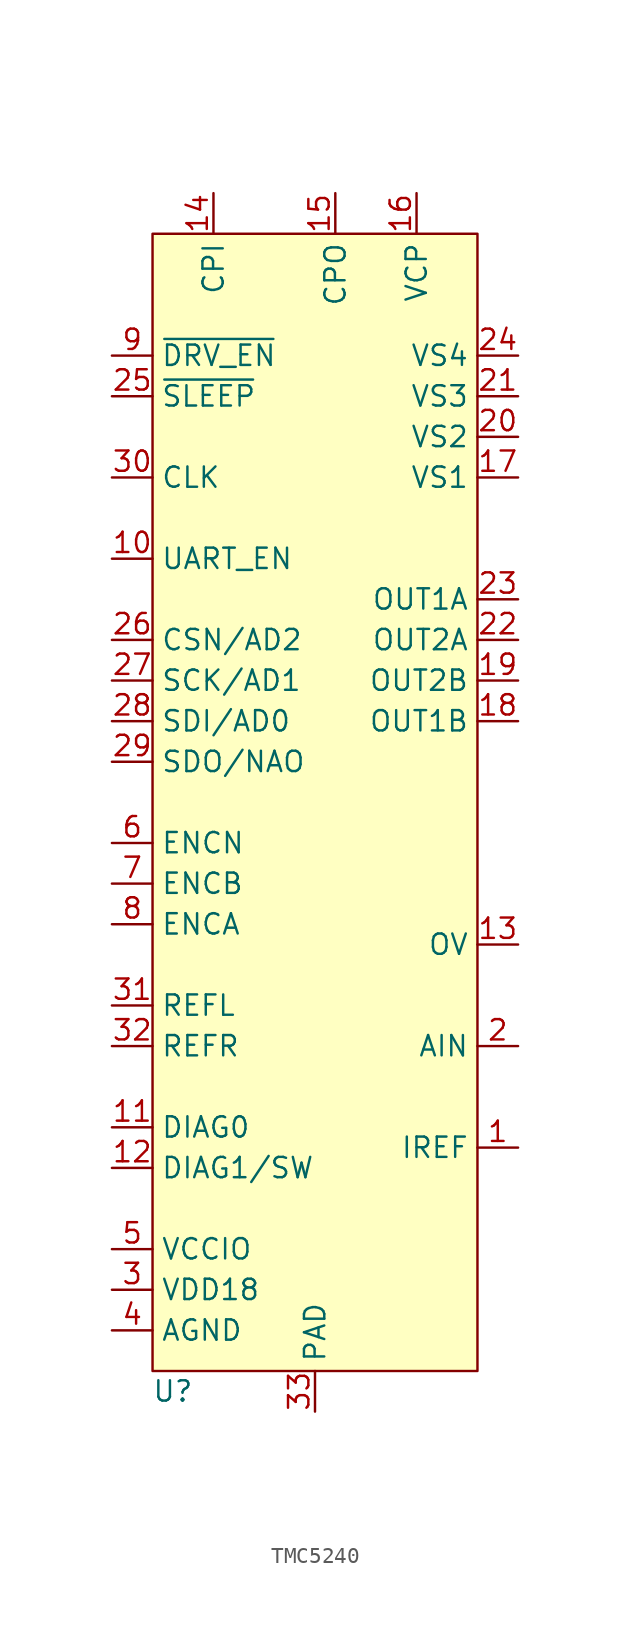
<source format=kicad_sym>
(kicad_symbol_lib
  (version 20220914)
  (generator kicad_symbol_editor)
  (symbol "TMC5240"
    (property "Reference" "U"
      (at -8.89 -36.83 0)
      (effects (font (size 1.27 1.27))))
    (property "Value" ""
      (at 0 33.02 0)
      (effects (font (size 1.27 1.27))))
    (symbol "TMC5240_1_1"
      (rectangle (start -10.16 35.56) (end 10.16 -35.56) (stroke (width 0) (type default)) (fill (type background)))
      (pin input line (at 12.7 -21.59 180) (length 2.54) (name "IREF" (effects (font (size 1.27 1.27)))) (number "1" (effects (font (size 1.27 1.27)))))
      (pin input line (at -12.7 15.24 0) (length 2.54) (name "UART_EN" (effects (font (size 1.27 1.27)))) (number "10" (effects (font (size 1.27 1.27)))))
      (pin input line (at -12.7 -20.32 0) (length 2.54) (name "DIAG0" (effects (font (size 1.27 1.27)))) (number "11" (effects (font (size 1.27 1.27)))))
      (pin input line (at -12.7 -22.86 0) (length 2.54) (name "DIAG1/SW" (effects (font (size 1.27 1.27)))) (number "12" (effects (font (size 1.27 1.27)))))
      (pin input line (at 12.7 -8.89 180) (length 2.54) (name "OV" (effects (font (size 1.27 1.27)))) (number "13" (effects (font (size 1.27 1.27)))))
      (pin input line (at -6.35 38.1 270) (length 2.54) (name "CPI" (effects (font (size 1.27 1.27)))) (number "14" (effects (font (size 1.27 1.27)))))
      (pin input line (at 1.27 38.1 270) (length 2.54) (name "CPO" (effects (font (size 1.27 1.27)))) (number "15" (effects (font (size 1.27 1.27)))))
      (pin input line (at 6.35 38.1 270) (length 2.54) (name "VCP" (effects (font (size 1.27 1.27)))) (number "16" (effects (font (size 1.27 1.27)))))
      (pin power_in line (at 12.7 20.32 180) (length 2.54) (name "VS1" (effects (font (size 1.27 1.27)))) (number "17" (effects (font (size 1.27 1.27)))))
      (pin output line (at 12.7 5.08 180) (length 2.54) (name "OUT1B" (effects (font (size 1.27 1.27)))) (number "18" (effects (font (size 1.27 1.27)))))
      (pin output line (at 12.7 7.62 180) (length 2.54) (name "OUT2B" (effects (font (size 1.27 1.27)))) (number "19" (effects (font (size 1.27 1.27)))))
      (pin input line (at 12.7 -15.24 180) (length 2.54) (name "AIN" (effects (font (size 1.27 1.27)))) (number "2" (effects (font (size 1.27 1.27)))))
      (pin power_in line (at 12.7 22.86 180) (length 2.54) (name "VS2" (effects (font (size 1.27 1.27)))) (number "20" (effects (font (size 1.27 1.27)))))
      (pin power_in line (at 12.7 25.4 180) (length 2.54) (name "VS3" (effects (font (size 1.27 1.27)))) (number "21" (effects (font (size 1.27 1.27)))))
      (pin output line (at 12.7 10.16 180) (length 2.54) (name "OUT2A" (effects (font (size 1.27 1.27)))) (number "22" (effects (font (size 1.27 1.27)))))
      (pin output line (at 12.7 12.7 180) (length 2.54) (name "OUT1A" (effects (font (size 1.27 1.27)))) (number "23" (effects (font (size 1.27 1.27)))))
      (pin power_in line (at 12.7 27.94 180) (length 2.54) (name "VS4" (effects (font (size 1.27 1.27)))) (number "24" (effects (font (size 1.27 1.27)))))
      (pin input line (at -12.7 25.4 0) (length 2.54) (name "~{SLEEP}" (effects (font (size 1.27 1.27)))) (number "25" (effects (font (size 1.27 1.27)))))
      (pin input line (at -12.7 10.16 0) (length 2.54) (name "CSN/AD2" (effects (font (size 1.27 1.27)))) (number "26" (effects (font (size 1.27 1.27)))))
      (pin input line (at -12.7 7.62 0) (length 2.54) (name "SCK/AD1" (effects (font (size 1.27 1.27)))) (number "27" (effects (font (size 1.27 1.27)))))
      (pin input line (at -12.7 5.08 0) (length 2.54) (name "SDI/AD0" (effects (font (size 1.27 1.27)))) (number "28" (effects (font (size 1.27 1.27)))))
      (pin input line (at -12.7 2.54 0) (length 2.54) (name "SDO/NAO" (effects (font (size 1.27 1.27)))) (number "29" (effects (font (size 1.27 1.27)))))
      (pin power_out line (at -12.7 -30.48 0) (length 2.54) (name "VDD18" (effects (font (size 1.27 1.27)))) (number "3" (effects (font (size 1.27 1.27)))))
      (pin input line (at -12.7 20.32 0) (length 2.54) (name "CLK" (effects (font (size 1.27 1.27)))) (number "30" (effects (font (size 1.27 1.27)))))
      (pin input line (at -12.7 -12.7 0) (length 2.54) (name "REFL" (effects (font (size 1.27 1.27)))) (number "31" (effects (font (size 1.27 1.27)))))
      (pin input line (at -12.7 -15.24 0) (length 2.54) (name "REFR" (effects (font (size 1.27 1.27)))) (number "32" (effects (font (size 1.27 1.27)))))
      (pin input line (at 0 -38.1 90) (length 2.54) (name "PAD" (effects (font (size 1.27 1.27)))) (number "33" (effects (font (size 1.27 1.27)))))
      (pin power_in line (at -12.7 -33.02 0) (length 2.54) (name "AGND" (effects (font (size 1.27 1.27)))) (number "4" (effects (font (size 1.27 1.27)))))
      (pin power_in line (at -12.7 -27.94 0) (length 2.54) (name "VCCIO" (effects (font (size 1.27 1.27)))) (number "5" (effects (font (size 1.27 1.27)))))
      (pin input line (at -12.7 -2.54 0) (length 2.54) (name "ENCN" (effects (font (size 1.27 1.27)))) (number "6" (effects (font (size 1.27 1.27)))))
      (pin input line (at -12.7 -5.08 0) (length 2.54) (name "ENCB" (effects (font (size 1.27 1.27)))) (number "7" (effects (font (size 1.27 1.27)))))
      (pin input line (at -12.7 -7.62 0) (length 2.54) (name "ENCA" (effects (font (size 1.27 1.27)))) (number "8" (effects (font (size 1.27 1.27)))))
      (pin input line (at -12.7 27.94 0) (length 2.54) (name "~{DRV_EN}" (effects (font (size 1.27 1.27)))) (number "9" (effects (font (size 1.27 1.27))))))))
</source>
